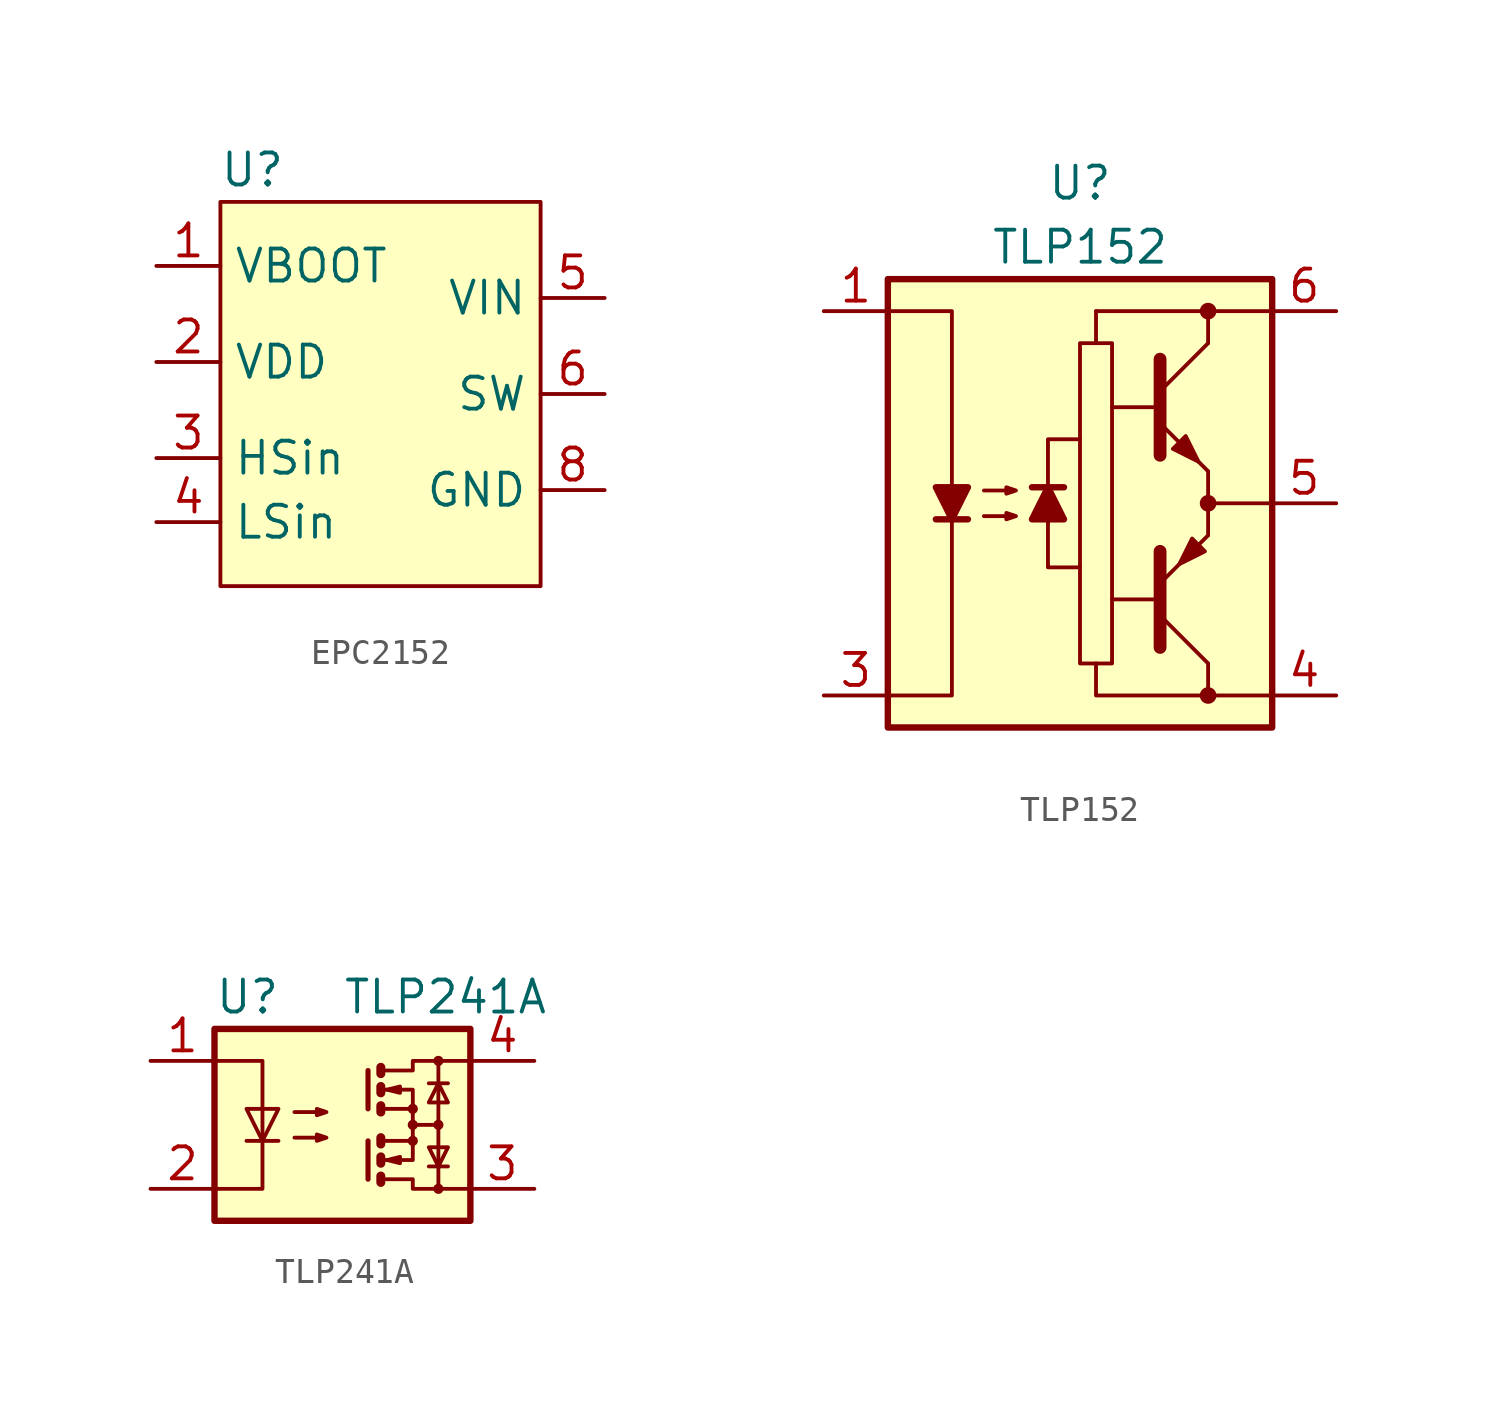
<source format=kicad_sym>
(kicad_symbol_lib
  (version 20220914)
  (generator kicad_symbol_editor)
  (symbol "EPC2152"
    (property "Reference" "U"
      (at -5.08 8.89 0)
      (effects (font (size 1.27 1.27))))
    (property "Value" ""
      (at 0 1.27 0)
      (effects (font (size 1.27 1.27))))
    (symbol "EPC2152_0_1"
      (rectangle (start -6.35 7.62) (end 6.35 -7.62) (stroke (width 0) (type default)) (fill (type background))))
    (symbol "EPC2152_1_1"
      (pin input line (at -8.89 5.08 0) (length 2.54) (name "VBOOT" (effects (font (size 1.27 1.27)))) (number "1" (effects (font (size 1.27 1.27)))))
      (pin output line (at 8.89 0 180) (length 2.54) hide (name "SW" (effects (font (size 1.27 1.27)))) (number "10" (effects (font (size 1.27 1.27)))))
      (pin output line (at 8.89 0 180) (length 2.54) hide (name "SW" (effects (font (size 1.27 1.27)))) (number "11" (effects (font (size 1.27 1.27)))))
      (pin passive line (at 8.89 -3.81 180) (length 2.54) hide (name "GND" (effects (font (size 1.27 1.27)))) (number "12" (effects (font (size 1.27 1.27)))))
      (pin power_in line (at -8.89 1.27 0) (length 2.54) (name "VDD" (effects (font (size 1.27 1.27)))) (number "2" (effects (font (size 1.27 1.27)))))
      (pin input line (at -8.89 -2.54 0) (length 2.54) (name "HSin" (effects (font (size 1.27 1.27)))) (number "3" (effects (font (size 1.27 1.27)))))
      (pin input line (at -8.89 -5.08 0) (length 2.54) (name "LSin" (effects (font (size 1.27 1.27)))) (number "4" (effects (font (size 1.27 1.27)))))
      (pin power_in line (at 8.89 3.81 180) (length 2.54) (name "VIN" (effects (font (size 1.27 1.27)))) (number "5" (effects (font (size 1.27 1.27)))))
      (pin output line (at 8.89 0 180) (length 2.54) (name "SW" (effects (font (size 1.27 1.27)))) (number "6" (effects (font (size 1.27 1.27)))))
      (pin output line (at 8.89 0 180) (length 2.54) hide (name "SW" (effects (font (size 1.27 1.27)))) (number "7" (effects (font (size 1.27 1.27)))))
      (pin power_in line (at 8.89 -3.81 180) (length 2.54) (name "GND" (effects (font (size 1.27 1.27)))) (number "8" (effects (font (size 1.27 1.27)))))
      (pin passive line (at 8.89 3.81 180) (length 2.54) hide (name "VIN" (effects (font (size 1.27 1.27)))) (number "9" (effects (font (size 1.27 1.27)))))))
  (symbol "TLP152"
    (pin_names hide)
    (property "Reference" "U"
      (at 0 12.7 0)
      (effects (font (size 1.27 1.27))))
    (property "Value" "TLP152"
      (at 0 10.16 0)
      (effects (font (size 1.27 1.27))))
    (symbol "TLP152_0_1"
      (rectangle (start -7.62 8.89) (end 7.62 -8.89) (stroke (width 0.254) (type default)) (fill (type background)))
      (polyline (pts (xy -5.715 -0.635) (xy -4.445 -0.635)) (stroke (width 0.254) (type default)) (fill (type none)))
      (polyline (pts (xy -0.635 0.635) (xy -1.905 0.635)) (stroke (width 0.254) (type default)) (fill (type none)))
      (polyline (pts (xy 3.048 -3.81) (xy 1.27 -3.81)) (stroke (width 0) (type default)) (fill (type none)))
      (polyline (pts (xy 3.048 3.81) (xy 1.27 3.81)) (stroke (width 0) (type default)) (fill (type none)))
      (polyline (pts (xy 3.175 -4.445) (xy 5.08 -6.35)) (stroke (width 0) (type default)) (fill (type none)))
      (polyline (pts (xy 3.175 4.445) (xy 5.08 6.35)) (stroke (width 0) (type default)) (fill (type none)))
      (polyline (pts (xy 5.08 -6.35) (xy 5.08 -7.62)) (stroke (width 0) (type default)) (fill (type none)))
      (polyline (pts (xy 5.08 -1.27) (xy 3.175 -3.175)) (stroke (width 0) (type default)) (fill (type outline)))
      (polyline (pts (xy 5.08 0) (xy 7.62 0)) (stroke (width 0) (type default)) (fill (type none)))
      (polyline (pts (xy 5.08 1.27) (xy 3.175 3.175)) (stroke (width 0) (type default)) (fill (type outline)))
      (polyline (pts (xy 5.08 6.35) (xy 5.08 7.62)) (stroke (width 0) (type default)) (fill (type none)))
      (polyline (pts (xy 7.62 7.62) (xy 0.635 7.62)) (stroke (width 0) (type default)) (fill (type none)))
      (polyline (pts (xy -1.27 -0.635) (xy -1.27 -2.54) (xy 0 -2.54)) (stroke (width 0) (type default)) (fill (type none)))
      (polyline (pts (xy -1.27 0.635) (xy -1.27 2.54) (xy 0 2.54)) (stroke (width 0) (type default)) (fill (type none)))
      (polyline (pts (xy 0.635 -6.35) (xy 0.635 -7.62) (xy 7.62 -7.62)) (stroke (width 0) (type default)) (fill (type none)))
      (polyline (pts (xy 3.175 -5.715) (xy 3.175 -1.905) (xy 3.175 -1.905)) (stroke (width 0.508) (type default)) (fill (type none)))
      (polyline (pts (xy 3.175 5.715) (xy 3.175 1.905) (xy 3.175 1.905)) (stroke (width 0.508) (type default)) (fill (type none)))
      (polyline (pts (xy -7.62 7.62) (xy -5.08 7.62) (xy -5.08 -7.62) (xy -7.62 -7.62)) (stroke (width 0) (type default)) (fill (type none)))
      (polyline (pts (xy -5.08 -0.635) (xy -5.715 0.635) (xy -4.445 0.635) (xy -5.08 -0.635)) (stroke (width 0.254) (type default)) (fill (type outline)))
      (polyline (pts (xy -1.27 0.635) (xy -0.635 -0.635) (xy -1.905 -0.635) (xy -1.27 0.635)) (stroke (width 0.254) (type default)) (fill (type outline)))
      (polyline (pts (xy -3.81 -0.508) (xy -2.54 -0.508) (xy -2.921 -0.635) (xy -2.921 -0.381) (xy -2.54 -0.508)) (stroke (width 0) (type default)) (fill (type none)))
      (polyline (pts (xy -3.81 0.508) (xy -2.54 0.508) (xy -2.921 0.381) (xy -2.921 0.635) (xy -2.54 0.508)) (stroke (width 0) (type default)) (fill (type none)))
      (polyline (pts (xy 1.27 6.35) (xy 1.27 -6.35) (xy 0 -6.35) (xy 0 6.35) (xy 1.27 6.35)) (stroke (width 0) (type default)) (fill (type none)))
      (polyline (pts (xy 3.683 2.159) (xy 4.191 2.667) (xy 4.699 1.651) (xy 3.683 2.159) (xy 3.683 2.159)) (stroke (width 0) (type default)) (fill (type outline)))
      (polyline (pts (xy 4.953 -1.905) (xy 4.445 -1.397) (xy 3.937 -2.413) (xy 4.953 -1.905) (xy 4.953 -1.905)) (stroke (width 0) (type default)) (fill (type outline)))
      (rectangle (start 0.635 6.35) (end 0.635 6.35) (stroke (width 0) (type default)) (fill (type none)))
      (rectangle (start 0.635 6.35) (end 0.635 7.62) (stroke (width 0) (type default)) (fill (type none)))
      (circle (center 5.08 -7.62) (radius 0.254) (stroke (width 0) (type default)) (fill (type outline)))
      (circle (center 5.08 0) (radius 0.254) (stroke (width 0) (type default)) (fill (type outline)))
      (rectangle (start 5.08 1.27) (end 5.08 -1.27) (stroke (width 0) (type default)) (fill (type none)))
      (circle (center 5.08 7.62) (radius 0.254) (stroke (width 0) (type default)) (fill (type outline))))
    (symbol "TLP152_1_1"
      (pin passive line (at -10.16 7.62 0) (length 2.54) (name "A" (effects (font (size 1.27 1.27)))) (number "1" (effects (font (size 1.27 1.27)))))
      (pin passive line (at -10.16 -7.62 0) (length 2.54) (name "C" (effects (font (size 1.27 1.27)))) (number "3" (effects (font (size 1.27 1.27)))))
      (pin power_in line (at 10.16 -7.62 180) (length 2.54) (name "GND" (effects (font (size 1.27 1.27)))) (number "4" (effects (font (size 1.27 1.27)))))
      (pin output line (at 10.16 0 180) (length 2.54) (name "VO" (effects (font (size 1.27 1.27)))) (number "5" (effects (font (size 1.27 1.27)))))
      (pin power_in line (at 10.16 7.62 180) (length 2.54) (name "VCC" (effects (font (size 1.27 1.27)))) (number "6" (effects (font (size 1.27 1.27)))))))
  (symbol "TLP241A"
    (property "Reference" "U"
      (at -5.08 5.08 0)
      (effects (font (size 1.27 1.27)) (justify left)))
    (property "Value" "TLP241A"
      (at 0 5.08 0)
      (effects (font (size 1.27 1.27)) (justify left)))
    (symbol "TLP241A_0_1"
      (rectangle (start -5.08 3.81) (end 5.08 -3.81) (stroke (width 0.254) (type default)) (fill (type background)))
      (polyline (pts (xy -3.81 -0.635) (xy -2.54 -0.635)) (stroke (width 0) (type default)) (fill (type none)))
      (polyline (pts (xy 1.016 -0.635) (xy 1.016 -2.159)) (stroke (width 0.203) (type default)) (fill (type none)))
      (polyline (pts (xy 1.016 2.159) (xy 1.016 0.635)) (stroke (width 0.203) (type default)) (fill (type none)))
      (polyline (pts (xy 1.524 -0.508) (xy 1.524 -0.762)) (stroke (width 0.356) (type default)) (fill (type none)))
      (polyline (pts (xy 2.794 0) (xy 3.81 0)) (stroke (width 0) (type default)) (fill (type none)))
      (polyline (pts (xy 3.429 -1.651) (xy 4.191 -1.651)) (stroke (width 0) (type default)) (fill (type none)))
      (polyline (pts (xy 3.429 1.651) (xy 4.191 1.651)) (stroke (width 0) (type default)) (fill (type none)))
      (polyline (pts (xy 3.81 -2.54) (xy 3.81 2.54)) (stroke (width 0) (type default)) (fill (type none)))
      (polyline (pts (xy 1.524 -2.032) (xy 1.524 -2.286) (xy 1.524 -2.286)) (stroke (width 0.356) (type default)) (fill (type none)))
      (polyline (pts (xy 1.524 -1.27) (xy 1.524 -1.524) (xy 1.524 -1.524)) (stroke (width 0.356) (type default)) (fill (type none)))
      (polyline (pts (xy 1.524 0.762) (xy 1.524 0.508) (xy 1.524 0.508)) (stroke (width 0.356) (type default)) (fill (type none)))
      (polyline (pts (xy 1.524 1.524) (xy 1.524 1.27) (xy 1.524 1.27)) (stroke (width 0.356) (type default)) (fill (type none)))
      (polyline (pts (xy 1.524 2.286) (xy 1.524 2.032) (xy 1.524 2.032)) (stroke (width 0.356) (type default)) (fill (type none)))
      (polyline (pts (xy 1.651 -1.397) (xy 2.794 -1.397) (xy 2.794 -0.635)) (stroke (width 0) (type default)) (fill (type none)))
      (polyline (pts (xy 1.651 1.397) (xy 2.794 1.397) (xy 2.794 0.635)) (stroke (width 0) (type default)) (fill (type none)))
      (polyline (pts (xy -5.08 2.54) (xy -3.175 2.54) (xy -3.175 -2.54) (xy -5.08 -2.54)) (stroke (width 0) (type default)) (fill (type none)))
      (polyline (pts (xy -3.175 -0.635) (xy -3.81 0.635) (xy -2.54 0.635) (xy -3.175 -0.635)) (stroke (width 0) (type default)) (fill (type none)))
      (polyline (pts (xy 1.651 -2.159) (xy 2.794 -2.159) (xy 2.794 -2.54) (xy 5.08 -2.54)) (stroke (width 0) (type default)) (fill (type none)))
      (polyline (pts (xy 1.651 -0.635) (xy 2.794 -0.635) (xy 2.794 0.635) (xy 1.651 0.635)) (stroke (width 0) (type default)) (fill (type none)))
      (polyline (pts (xy 1.651 2.159) (xy 2.794 2.159) (xy 2.794 2.54) (xy 5.08 2.54)) (stroke (width 0) (type default)) (fill (type none)))
      (polyline (pts (xy 1.778 -1.397) (xy 2.286 -1.27) (xy 2.286 -1.524) (xy 1.778 -1.397)) (stroke (width 0) (type default)) (fill (type none)))
      (polyline (pts (xy 1.778 1.397) (xy 2.286 1.524) (xy 2.286 1.27) (xy 1.778 1.397)) (stroke (width 0) (type default)) (fill (type none)))
      (polyline (pts (xy 3.81 -1.651) (xy 3.429 -0.889) (xy 4.191 -0.889) (xy 3.81 -1.651)) (stroke (width 0) (type default)) (fill (type none)))
      (polyline (pts (xy 3.81 1.651) (xy 3.429 0.889) (xy 4.191 0.889) (xy 3.81 1.651)) (stroke (width 0) (type default)) (fill (type none)))
      (polyline (pts (xy -1.905 -0.508) (xy -0.635 -0.508) (xy -1.016 -0.635) (xy -1.016 -0.381) (xy -0.635 -0.508)) (stroke (width 0) (type default)) (fill (type none)))
      (polyline (pts (xy -1.905 0.508) (xy -0.635 0.508) (xy -1.016 0.381) (xy -1.016 0.635) (xy -0.635 0.508)) (stroke (width 0) (type default)) (fill (type none)))
      (circle (center 2.794 -0.635) (radius 0.127) (stroke (width 0) (type default)) (fill (type none)))
      (circle (center 2.794 0) (radius 0.127) (stroke (width 0) (type default)) (fill (type none)))
      (circle (center 2.794 0.635) (radius 0.127) (stroke (width 0) (type default)) (fill (type none)))
      (circle (center 3.81 -2.54) (radius 0.127) (stroke (width 0) (type default)) (fill (type none)))
      (circle (center 3.81 0) (radius 0.127) (stroke (width 0) (type default)) (fill (type none)))
      (circle (center 3.81 2.54) (radius 0.127) (stroke (width 0) (type default)) (fill (type none))))
    (symbol "TLP241A_1_1"
      (pin passive line (at -7.62 2.54 0) (length 2.54) (name "~" (effects (font (size 1.27 1.27)))) (number "1" (effects (font (size 1.27 1.27)))))
      (pin passive line (at -7.62 -2.54 0) (length 2.54) (name "~" (effects (font (size 1.27 1.27)))) (number "2" (effects (font (size 1.27 1.27)))))
      (pin passive line (at 7.62 -2.54 180) (length 2.54) (name "~" (effects (font (size 1.27 1.27)))) (number "3" (effects (font (size 1.27 1.27)))))
      (pin passive line (at 7.62 2.54 180) (length 2.54) (name "~" (effects (font (size 1.27 1.27)))) (number "4" (effects (font (size 1.27 1.27))))))))
</source>
